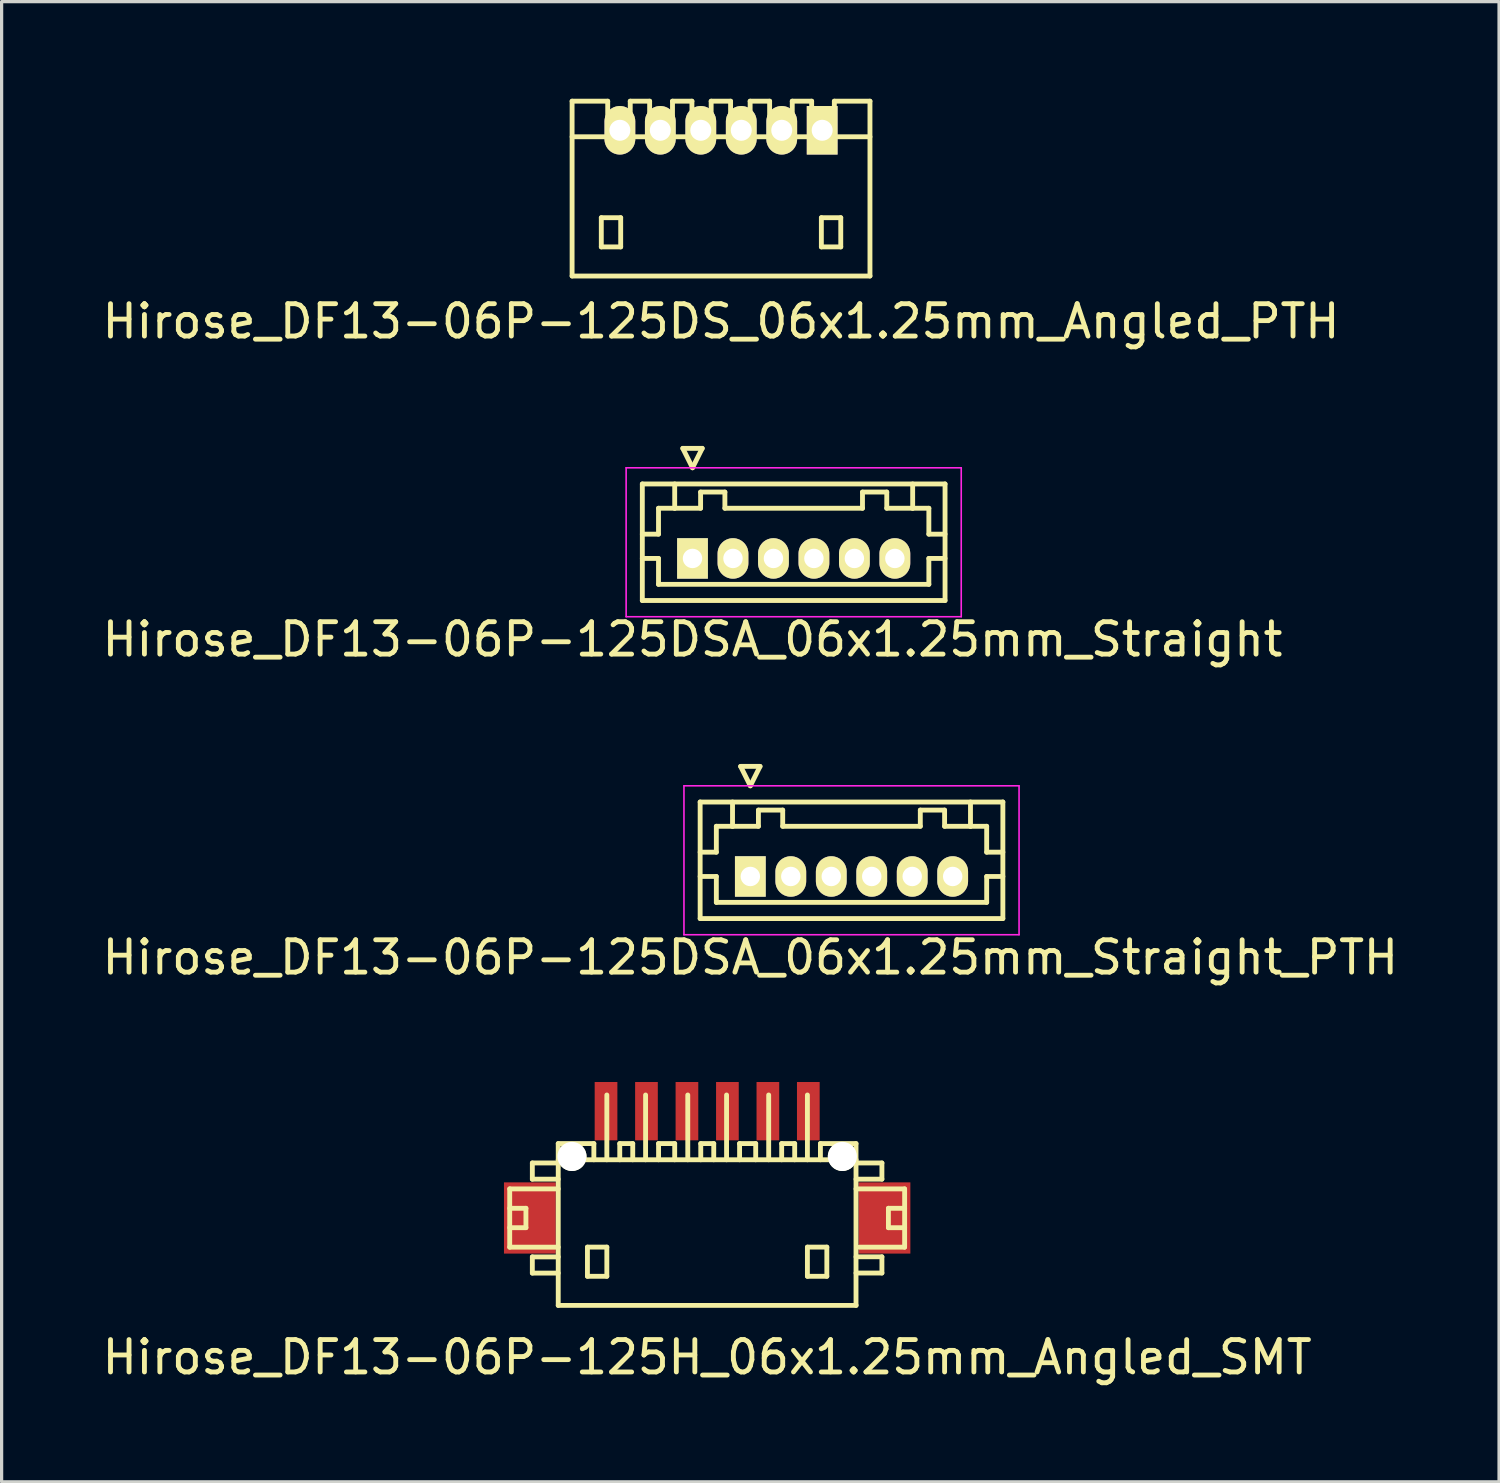
<source format=kicad_pcb>
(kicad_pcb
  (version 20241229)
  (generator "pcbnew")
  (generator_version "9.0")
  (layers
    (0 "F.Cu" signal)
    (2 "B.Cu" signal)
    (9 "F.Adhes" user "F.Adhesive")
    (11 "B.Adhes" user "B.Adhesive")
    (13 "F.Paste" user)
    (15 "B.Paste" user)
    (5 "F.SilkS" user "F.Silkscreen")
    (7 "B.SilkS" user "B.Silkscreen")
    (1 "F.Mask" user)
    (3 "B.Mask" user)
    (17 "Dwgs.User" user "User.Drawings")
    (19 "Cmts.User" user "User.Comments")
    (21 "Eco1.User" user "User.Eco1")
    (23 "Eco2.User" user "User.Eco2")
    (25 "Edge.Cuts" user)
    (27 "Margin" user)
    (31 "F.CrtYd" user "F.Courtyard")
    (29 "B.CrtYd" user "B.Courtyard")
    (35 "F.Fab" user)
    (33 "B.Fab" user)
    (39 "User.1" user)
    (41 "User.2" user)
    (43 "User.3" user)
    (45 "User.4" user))
  (footprint "Hirose_DF13-06P-125H_06x1.25mm_Angled_SMT"
    (layer "F.Cu")
    (at 18.792 34.77)
    (property "Reference" "Hirose_DF13-06P-125H_06x1.25mm_Angled_SMT" (at 0 4.1 0) (layer "F.SilkS") (effects (font (size 1 1) (thickness 0.15))))
    (attr smd)
    (fp_line (start -6.099 -1.1) (end -6.099 0.701) (stroke (width 0.15) (type solid)) (layer "F.SilkS"))
    (fp_line (start -6.099 0.701) (end -4.6 0.701) (stroke (width 0.15) (type solid)) (layer "F.SilkS"))
    (fp_line (start -5.598 -0.5) (end -6.099 -0.5) (stroke (width 0.15) (type solid)) (layer "F.SilkS"))
    (fp_line (start -5.598 0.099) (end -6.099 0.099) (stroke (width 0.15) (type solid)) (layer "F.SilkS"))
    (fp_line (start -5.598 0.099) (end -5.598 -0.5) (stroke (width 0.15) (type solid)) (layer "F.SilkS"))
    (fp_line (start -5.4 -1.9) (end -5.4 -1.4) (stroke (width 0.15) (type solid)) (layer "F.SilkS"))
    (fp_line (start -5.4 -1.9) (end -4.6 -1.9) (stroke (width 0.15) (type solid)) (layer "F.SilkS"))
    (fp_line (start -5.4 1.001) (end -5.4 1.501) (stroke (width 0.15) (type solid)) (layer "F.SilkS"))
    (fp_line (start -5.4 1.501) (end -4.6 1.501) (stroke (width 0.15) (type solid)) (layer "F.SilkS"))
    (fp_line (start -4.6 -1.4) (end -5.4 -1.4) (stroke (width 0.15) (type solid)) (layer "F.SilkS"))
    (fp_line (start -4.6 -1.1) (end -6.099 -1.1) (stroke (width 0.15) (type solid)) (layer "F.SilkS"))
    (fp_line (start -4.6 1.001) (end -5.4 1.001) (stroke (width 0.15) (type solid)) (layer "F.SilkS"))
    (fp_line (start -4.6 2.499) (end -4.6 -2.499) (stroke (width 0.15) (type solid)) (layer "F.SilkS"))
    (fp_line (start -4.6 2.499) (end 4.6 2.499) (stroke (width 0.15) (type solid)) (layer "F.SilkS"))
    (fp_line (start -3.698 0.699) (end -3.698 1.6) (stroke (width 0.15) (type solid)) (layer "F.SilkS"))
    (fp_line (start -3.698 1.6) (end -3.099 1.6) (stroke (width 0.15) (type solid)) (layer "F.SilkS"))
    (fp_line (start -3.5 -2.499) (end -4.6 -2.499) (stroke (width 0.15) (type solid)) (layer "F.SilkS"))
    (fp_line (start -3.5 -2.499) (end -3.5 -1.999) (stroke (width 0.15) (type solid)) (layer "F.SilkS"))
    (fp_line (start -3.099 -4) (end -3.099 -1.999) (stroke (width 0.15) (type solid)) (layer "F.SilkS"))
    (fp_line (start -3.099 0.699) (end -3.698 0.699) (stroke (width 0.15) (type solid)) (layer "F.SilkS"))
    (fp_line (start -3.099 1.6) (end -3.099 0.699) (stroke (width 0.15) (type solid)) (layer "F.SilkS"))
    (fp_line (start -2.7 -2.499) (end -2.7 -1.999) (stroke (width 0.15) (type solid)) (layer "F.SilkS"))
    (fp_line (start -2.299 -2.499) (end -2.7 -2.499) (stroke (width 0.15) (type solid)) (layer "F.SilkS"))
    (fp_line (start -2.299 -2.499) (end -2.299 -1.999) (stroke (width 0.15) (type solid)) (layer "F.SilkS"))
    (fp_line (start -1.902 -1.999) (end -1.902 -4) (stroke (width 0.15) (type solid)) (layer "F.SilkS"))
    (fp_line (start -1.504 -2.499) (end -1.003 -2.499) (stroke (width 0.15) (type solid)) (layer "F.SilkS"))
    (fp_line (start -1.501 -1.999) (end -1.501 -2.499) (stroke (width 0.15) (type solid)) (layer "F.SilkS"))
    (fp_line (start -1.003 -2.499) (end -1.003 -1.999) (stroke (width 0.15) (type solid)) (layer "F.SilkS"))
    (fp_line (start -0.599 -1.999) (end -0.599 -4) (stroke (width 0.15) (type solid)) (layer "F.SilkS"))
    (fp_line (start -0.198 -2.499) (end -0.198 -1.999) (stroke (width 0.15) (type solid)) (layer "F.SilkS"))
    (fp_line (start 0.203 -2.499) (end -0.198 -2.499) (stroke (width 0.15) (type solid)) (layer "F.SilkS"))
    (fp_line (start 0.203 -2.499) (end 0.203 -1.999) (stroke (width 0.15) (type solid)) (layer "F.SilkS"))
    (fp_line (start 0.599 -1.999) (end 0.599 -4) (stroke (width 0.15) (type solid)) (layer "F.SilkS"))
    (fp_line (start 0.998 -2.499) (end 1.499 -2.499) (stroke (width 0.15) (type solid)) (layer "F.SilkS"))
    (fp_line (start 1.001 -1.999) (end 1.001 -2.499) (stroke (width 0.15) (type solid)) (layer "F.SilkS"))
    (fp_line (start 1.499 -2.499) (end 1.499 -1.999) (stroke (width 0.15) (type solid)) (layer "F.SilkS"))
    (fp_line (start 1.9 -1.999) (end 1.9 -4) (stroke (width 0.15) (type solid)) (layer "F.SilkS"))
    (fp_line (start 2.301 -2.499) (end 2.301 -1.999) (stroke (width 0.15) (type solid)) (layer "F.SilkS"))
    (fp_line (start 2.703 -2.499) (end 2.301 -2.499) (stroke (width 0.15) (type solid)) (layer "F.SilkS"))
    (fp_line (start 2.703 -2.499) (end 2.703 -1.999) (stroke (width 0.15) (type solid)) (layer "F.SilkS"))
    (fp_line (start 3.096 -1.999) (end 3.096 -4) (stroke (width 0.15) (type solid)) (layer "F.SilkS"))
    (fp_line (start 3.096 0.699) (end 3.696 0.699) (stroke (width 0.15) (type solid)) (layer "F.SilkS"))
    (fp_line (start 3.096 1.6) (end 3.096 0.699) (stroke (width 0.15) (type solid)) (layer "F.SilkS"))
    (fp_line (start 3.498 -2.499) (end 3.498 -1.999) (stroke (width 0.15) (type solid)) (layer "F.SilkS"))
    (fp_line (start 3.696 0.699) (end 3.696 1.6) (stroke (width 0.15) (type solid)) (layer "F.SilkS"))
    (fp_line (start 3.696 1.6) (end 3.096 1.6) (stroke (width 0.15) (type solid)) (layer "F.SilkS"))
    (fp_line (start 4.597 -2.499) (end 3.498 -2.499) (stroke (width 0.15) (type solid)) (layer "F.SilkS"))
    (fp_line (start 4.597 -2.499) (end 4.597 2.499) (stroke (width 0.15) (type solid)) (layer "F.SilkS"))
    (fp_line (start 4.597 -1.9) (end 5.397 -1.9) (stroke (width 0.15) (type solid)) (layer "F.SilkS"))
    (fp_line (start 4.597 0.998) (end 5.397 0.998) (stroke (width 0.15) (type solid)) (layer "F.SilkS"))
    (fp_line (start 4.6 -1.999) (end -4.6 -1.999) (stroke (width 0.15) (type solid)) (layer "F.SilkS"))
    (fp_line (start 5.397 -1.9) (end 5.397 -1.4) (stroke (width 0.15) (type solid)) (layer "F.SilkS"))
    (fp_line (start 5.397 -1.4) (end 4.597 -1.4) (stroke (width 0.15) (type solid)) (layer "F.SilkS"))
    (fp_line (start 5.397 0.998) (end 5.397 1.499) (stroke (width 0.15) (type solid)) (layer "F.SilkS"))
    (fp_line (start 5.397 1.499) (end 4.597 1.499) (stroke (width 0.15) (type solid)) (layer "F.SilkS"))
    (fp_line (start 5.598 0.099) (end 5.598 -0.5) (stroke (width 0.15) (type solid)) (layer "F.SilkS"))
    (fp_line (start 6.096 -1.1) (end 4.597 -1.1) (stroke (width 0.15) (type solid)) (layer "F.SilkS"))
    (fp_line (start 6.096 0.701) (end 4.696 0.701) (stroke (width 0.15) (type solid)) (layer "F.SilkS"))
    (fp_line (start 6.099 -1.1) (end 6.099 0.701) (stroke (width 0.15) (type solid)) (layer "F.SilkS"))
    (fp_line (start 6.099 -0.5) (end 5.598 -0.5) (stroke (width 0.15) (type solid)) (layer "F.SilkS"))
    (fp_line (start 6.099 0.099) (end 5.598 0.099) (stroke (width 0.15) (type solid)) (layer "F.SilkS"))
    (pad "" smd rect (at -5.476 -0.201) (size 1.6 2.2) (layers "F.Cu" "F.Mask" "F.Paste"))
    (pad "" np_thru_hole circle (at -4.176 -2.101) (size 0.899 0.899) (drill 0.899) (layers "*.Cu" "*.Mask" "F.SilkS"))
    (pad "" np_thru_hole circle (at 4.176 -2.101) (size 0.899 0.899) (drill 0.899) (layers "*.Cu" "*.Mask" "F.SilkS"))
    (pad "" smd rect (at 5.476 -0.201) (size 1.6 2.2) (layers "F.Cu" "F.Mask" "F.Paste"))
    (pad "1" smd rect (at 3.124 -3.5) (size 0.701 1.801) (layers "F.Cu" "F.Mask" "F.Paste"))
    (pad "2" smd rect (at 1.875 -3.5) (size 0.701 1.801) (layers "F.Cu" "F.Mask" "F.Paste"))
    (pad "3" smd rect (at 0.625 -3.5) (size 0.701 1.801) (layers "F.Cu" "F.Mask" "F.Paste"))
    (pad "4" smd rect (at -0.625 -3.5) (size 0.701 1.801) (layers "F.Cu" "F.Mask" "F.Paste"))
    (pad "5" smd rect (at -1.875 -3.5) (size 0.701 1.801) (layers "F.Cu" "F.Mask" "F.Paste"))
    (pad "6" smd rect (at -3.124 -3.5) (size 0.701 1.801) (layers "F.Cu" "F.Mask" "F.Paste")))
  (footprint "Hirose_DF13-06P-125DSA_06x1.25mm_Straight_PTH"
    (layer "F.Cu")
    (at 20.125 24.021)
    (property "Reference" "Hirose_DF13-06P-125DSA_06x1.25mm_Straight_PTH" (at 0 2.5 0) (layer "F.SilkS") (effects (font (size 1 1) (thickness 0.15))))
    (attr through_hole)
    (fp_line (start -1.55 -2.3) (end -1.55 1.3) (stroke (width 0.15) (type solid)) (layer "F.SilkS"))
    (fp_line (start -1.55 -0.75) (end -1.05 -0.75) (stroke (width 0.15) (type solid)) (layer "F.SilkS"))
    (fp_line (start -1.55 0) (end -1.05 0) (stroke (width 0.15) (type solid)) (layer "F.SilkS"))
    (fp_line (start -1.55 1.3) (end 7.8 1.3) (stroke (width 0.15) (type solid)) (layer "F.SilkS"))
    (fp_line (start -1.05 -1.55) (end -0.55 -1.55) (stroke (width 0.15) (type solid)) (layer "F.SilkS"))
    (fp_line (start -1.05 -0.75) (end -1.05 -1.55) (stroke (width 0.15) (type solid)) (layer "F.SilkS"))
    (fp_line (start -1.05 0) (end -1.05 0.8) (stroke (width 0.15) (type solid)) (layer "F.SilkS"))
    (fp_line (start -1.05 0.8) (end 7.3 0.8) (stroke (width 0.15) (type solid)) (layer "F.SilkS"))
    (fp_line (start -0.55 -1.55) (end -0.55 -2.3) (stroke (width 0.15) (type solid)) (layer "F.SilkS"))
    (fp_line (start -0.55 -1.55) (end 0.25 -1.55) (stroke (width 0.15) (type solid)) (layer "F.SilkS"))
    (fp_line (start -0.3 -3.4) (end 0.3 -3.4) (stroke (width 0.15) (type solid)) (layer "F.SilkS"))
    (fp_line (start 0 -2.8) (end -0.3 -3.4) (stroke (width 0.15) (type solid)) (layer "F.SilkS"))
    (fp_line (start 0.25 -2.05) (end 1 -2.05) (stroke (width 0.15) (type solid)) (layer "F.SilkS"))
    (fp_line (start 0.25 -1.55) (end 0.25 -2.05) (stroke (width 0.15) (type solid)) (layer "F.SilkS"))
    (fp_line (start 0.3 -3.4) (end 0 -2.8) (stroke (width 0.15) (type solid)) (layer "F.SilkS"))
    (fp_line (start 1 -2.05) (end 1 -1.55) (stroke (width 0.15) (type solid)) (layer "F.SilkS"))
    (fp_line (start 1 -1.55) (end 5.25 -1.55) (stroke (width 0.15) (type solid)) (layer "F.SilkS"))
    (fp_line (start 5.25 -2.05) (end 6 -2.05) (stroke (width 0.15) (type solid)) (layer "F.SilkS"))
    (fp_line (start 5.25 -1.55) (end 5.25 -2.05) (stroke (width 0.15) (type solid)) (layer "F.SilkS"))
    (fp_line (start 6 -2.05) (end 6 -1.55) (stroke (width 0.15) (type solid)) (layer "F.SilkS"))
    (fp_line (start 6 -1.55) (end 6.8 -1.55) (stroke (width 0.15) (type solid)) (layer "F.SilkS"))
    (fp_line (start 6.8 -1.55) (end 6.8 -2.3) (stroke (width 0.15) (type solid)) (layer "F.SilkS"))
    (fp_line (start 7.3 -1.55) (end 6.8 -1.55) (stroke (width 0.15) (type solid)) (layer "F.SilkS"))
    (fp_line (start 7.3 -0.75) (end 7.3 -1.55) (stroke (width 0.15) (type solid)) (layer "F.SilkS"))
    (fp_line (start 7.3 0) (end 7.8 0) (stroke (width 0.15) (type solid)) (layer "F.SilkS"))
    (fp_line (start 7.3 0.8) (end 7.3 0) (stroke (width 0.15) (type solid)) (layer "F.SilkS"))
    (fp_line (start 7.8 -2.3) (end -1.55 -2.3) (stroke (width 0.15) (type solid)) (layer "F.SilkS"))
    (fp_line (start 7.8 -0.75) (end 7.3 -0.75) (stroke (width 0.15) (type solid)) (layer "F.SilkS"))
    (fp_line (start 7.8 1.3) (end 7.8 -2.3) (stroke (width 0.15) (type solid)) (layer "F.SilkS"))
    (fp_line (start -2.05 -2.8) (end -2.05 1.8) (stroke (width 0.05) (type solid)) (layer "F.CrtYd"))
    (fp_line (start -2.05 1.8) (end 8.3 1.8) (stroke (width 0.05) (type solid)) (layer "F.CrtYd"))
    (fp_line (start 8.3 -2.8) (end -2.05 -2.8) (stroke (width 0.05) (type solid)) (layer "F.CrtYd"))
    (fp_line (start 8.3 1.8) (end 8.3 -2.8) (stroke (width 0.05) (type solid)) (layer "F.CrtYd"))
    (pad "1" thru_hole rect (at 0 0) (size 0.95 1.25) (drill 0.6) (layers "*.Cu" "*.Mask" "F.SilkS"))
    (pad "2" thru_hole oval (at 1.25 0) (size 0.95 1.25) (drill 0.6) (layers "*.Cu" "*.Mask" "F.SilkS"))
    (pad "3" thru_hole oval (at 2.5 0) (size 0.95 1.25) (drill 0.6) (layers "*.Cu" "*.Mask" "F.SilkS"))
    (pad "4" thru_hole oval (at 3.75 0) (size 0.95 1.25) (drill 0.6) (layers "*.Cu" "*.Mask" "F.SilkS"))
    (pad "5" thru_hole oval (at 5 0) (size 0.95 1.25) (drill 0.6) (layers "*.Cu" "*.Mask" "F.SilkS"))
    (pad "6" thru_hole oval (at 6.25 0) (size 0.95 1.25) (drill 0.6) (layers "*.Cu" "*.Mask" "F.SilkS")))
  (footprint "Hirose_DF13-06P-125DS_06x1.25mm_Angled_PTH"
    (layer "F.Cu")
    (at 19.22 2.775)
    (property "Reference" "Hirose_DF13-06P-125DS_06x1.25mm_Angled_PTH" (at 0 4.1 0) (layer "F.SilkS") (effects (font (size 1 1) (thickness 0.15))))
    (attr through_hole)
    (fp_line (start -4.6 2.7) (end -4.6 -2.7) (stroke (width 0.15) (type solid)) (layer "F.SilkS"))
    (fp_line (start -4.6 2.7) (end 4.6 2.7) (stroke (width 0.15) (type solid)) (layer "F.SilkS"))
    (fp_line (start -3.698 0.899) (end -3.698 1.801) (stroke (width 0.15) (type solid)) (layer "F.SilkS"))
    (fp_line (start -3.698 1.801) (end -3.099 1.801) (stroke (width 0.15) (type solid)) (layer "F.SilkS"))
    (fp_line (start -3.5 -2.7) (end -4.6 -2.7) (stroke (width 0.15) (type solid)) (layer "F.SilkS"))
    (fp_line (start -3.5 -1.6) (end -3.5 -2.7) (stroke (width 0.15) (type solid)) (layer "F.SilkS"))
    (fp_line (start -3.099 0.899) (end -3.698 0.899) (stroke (width 0.15) (type solid)) (layer "F.SilkS"))
    (fp_line (start -3.099 1.801) (end -3.099 0.899) (stroke (width 0.15) (type solid)) (layer "F.SilkS"))
    (fp_line (start -2.804 -1.6) (end -2.804 -2.7) (stroke (width 0.15) (type solid)) (layer "F.SilkS"))
    (fp_line (start -2.205 -2.7) (end -2.804 -2.7) (stroke (width 0.15) (type solid)) (layer "F.SilkS"))
    (fp_line (start -2.205 -1.6) (end -2.205 -2.7) (stroke (width 0.15) (type solid)) (layer "F.SilkS"))
    (fp_line (start -1.499 -2.7) (end -0.899 -2.7) (stroke (width 0.15) (type solid)) (layer "F.SilkS"))
    (fp_line (start -1.499 -1.6) (end -1.499 -2.7) (stroke (width 0.15) (type solid)) (layer "F.SilkS"))
    (fp_line (start -0.899 -2.7) (end -0.899 -1.6) (stroke (width 0.15) (type solid)) (layer "F.SilkS"))
    (fp_line (start -0.305 -2.7) (end 0.295 -2.7) (stroke (width 0.15) (type solid)) (layer "F.SilkS"))
    (fp_line (start -0.305 -1.6) (end -0.305 -2.7) (stroke (width 0.15) (type solid)) (layer "F.SilkS"))
    (fp_line (start 0.295 -2.7) (end 0.295 -1.6) (stroke (width 0.15) (type solid)) (layer "F.SilkS"))
    (fp_line (start 0.899 -2.7) (end 1.501 -2.7) (stroke (width 0.15) (type solid)) (layer "F.SilkS"))
    (fp_line (start 0.899 -1.6) (end 0.899 -2.7) (stroke (width 0.15) (type solid)) (layer "F.SilkS"))
    (fp_line (start 1.501 -2.7) (end 1.501 -1.6) (stroke (width 0.15) (type solid)) (layer "F.SilkS"))
    (fp_line (start 2.2 -2.7) (end 2.799 -2.7) (stroke (width 0.15) (type solid)) (layer "F.SilkS"))
    (fp_line (start 2.2 -1.6) (end 2.2 -2.7) (stroke (width 0.15) (type solid)) (layer "F.SilkS"))
    (fp_line (start 2.799 -2.7) (end 2.799 -1.6) (stroke (width 0.15) (type solid)) (layer "F.SilkS"))
    (fp_line (start 3.099 0.899) (end 3.698 0.899) (stroke (width 0.15) (type solid)) (layer "F.SilkS"))
    (fp_line (start 3.099 1.801) (end 3.099 0.899) (stroke (width 0.15) (type solid)) (layer "F.SilkS"))
    (fp_line (start 3.5 -1.6) (end 3.5 -2.7) (stroke (width 0.15) (type solid)) (layer "F.SilkS"))
    (fp_line (start 3.698 0.899) (end 3.698 1.801) (stroke (width 0.15) (type solid)) (layer "F.SilkS"))
    (fp_line (start 3.698 1.801) (end 3.099 1.801) (stroke (width 0.15) (type solid)) (layer "F.SilkS"))
    (fp_line (start 4.6 -2.7) (end 3.5 -2.7) (stroke (width 0.15) (type solid)) (layer "F.SilkS"))
    (fp_line (start 4.6 -1.6) (end -4.6 -1.6) (stroke (width 0.15) (type solid)) (layer "F.SilkS"))
    (fp_line (start 4.6 2.7) (end 4.6 -2.7) (stroke (width 0.15) (type solid)) (layer "F.SilkS"))
    (pad "1" thru_hole rect (at 3.124 -1.801) (size 0.95 1.499) (drill 0.648) (layers "*.Cu" "*.Mask" "F.SilkS"))
    (pad "2" thru_hole oval (at 1.875 -1.801) (size 0.95 1.499) (drill 0.648) (layers "*.Cu" "*.Mask" "F.SilkS"))
    (pad "3" thru_hole oval (at 0.625 -1.801) (size 0.95 1.499) (drill 0.648) (layers "*.Cu" "*.Mask" "F.SilkS"))
    (pad "4" thru_hole oval (at -0.625 -1.801) (size 0.95 1.499) (drill 0.648) (layers "*.Cu" "*.Mask" "F.SilkS"))
    (pad "5" thru_hole oval (at -1.875 -1.801) (size 0.95 1.499) (drill 0.648) (layers "*.Cu" "*.Mask" "F.SilkS"))
    (pad "6" thru_hole oval (at -3.124 -1.801) (size 0.95 1.499) (drill 0.648) (layers "*.Cu" "*.Mask" "F.SilkS")))
  (footprint "Hirose_DF13-06P-125DSA_06x1.25mm_Straight"
    (layer "F.Cu")
    (at 18.339 14.198)
    (property "Reference" "Hirose_DF13-06P-125DSA_06x1.25mm_Straight" (at 0 2.5 0) (layer "F.SilkS") (effects (font (size 1 1) (thickness 0.15))))
    (attr through_hole)
    (fp_line (start -1.55 -2.3) (end -1.55 1.3) (stroke (width 0.15) (type solid)) (layer "F.SilkS"))
    (fp_line (start -1.55 -0.75) (end -1.05 -0.75) (stroke (width 0.15) (type solid)) (layer "F.SilkS"))
    (fp_line (start -1.55 0) (end -1.05 0) (stroke (width 0.15) (type solid)) (layer "F.SilkS"))
    (fp_line (start -1.55 1.3) (end 7.8 1.3) (stroke (width 0.15) (type solid)) (layer "F.SilkS"))
    (fp_line (start -1.05 -1.55) (end -0.55 -1.55) (stroke (width 0.15) (type solid)) (layer "F.SilkS"))
    (fp_line (start -1.05 -0.75) (end -1.05 -1.55) (stroke (width 0.15) (type solid)) (layer "F.SilkS"))
    (fp_line (start -1.05 0) (end -1.05 0.8) (stroke (width 0.15) (type solid)) (layer "F.SilkS"))
    (fp_line (start -1.05 0.8) (end 7.3 0.8) (stroke (width 0.15) (type solid)) (layer "F.SilkS"))
    (fp_line (start -0.55 -1.55) (end -0.55 -2.3) (stroke (width 0.15) (type solid)) (layer "F.SilkS"))
    (fp_line (start -0.55 -1.55) (end 0.25 -1.55) (stroke (width 0.15) (type solid)) (layer "F.SilkS"))
    (fp_line (start -0.3 -3.4) (end 0.3 -3.4) (stroke (width 0.15) (type solid)) (layer "F.SilkS"))
    (fp_line (start 0 -2.8) (end -0.3 -3.4) (stroke (width 0.15) (type solid)) (layer "F.SilkS"))
    (fp_line (start 0.25 -2.05) (end 1 -2.05) (stroke (width 0.15) (type solid)) (layer "F.SilkS"))
    (fp_line (start 0.25 -1.55) (end 0.25 -2.05) (stroke (width 0.15) (type solid)) (layer "F.SilkS"))
    (fp_line (start 0.3 -3.4) (end 0 -2.8) (stroke (width 0.15) (type solid)) (layer "F.SilkS"))
    (fp_line (start 1 -2.05) (end 1 -1.55) (stroke (width 0.15) (type solid)) (layer "F.SilkS"))
    (fp_line (start 1 -1.55) (end 5.25 -1.55) (stroke (width 0.15) (type solid)) (layer "F.SilkS"))
    (fp_line (start 5.25 -2.05) (end 6 -2.05) (stroke (width 0.15) (type solid)) (layer "F.SilkS"))
    (fp_line (start 5.25 -1.55) (end 5.25 -2.05) (stroke (width 0.15) (type solid)) (layer "F.SilkS"))
    (fp_line (start 6 -2.05) (end 6 -1.55) (stroke (width 0.15) (type solid)) (layer "F.SilkS"))
    (fp_line (start 6 -1.55) (end 6.8 -1.55) (stroke (width 0.15) (type solid)) (layer "F.SilkS"))
    (fp_line (start 6.8 -1.55) (end 6.8 -2.3) (stroke (width 0.15) (type solid)) (layer "F.SilkS"))
    (fp_line (start 7.3 -1.55) (end 6.8 -1.55) (stroke (width 0.15) (type solid)) (layer "F.SilkS"))
    (fp_line (start 7.3 -0.75) (end 7.3 -1.55) (stroke (width 0.15) (type solid)) (layer "F.SilkS"))
    (fp_line (start 7.3 0) (end 7.8 0) (stroke (width 0.15) (type solid)) (layer "F.SilkS"))
    (fp_line (start 7.3 0.8) (end 7.3 0) (stroke (width 0.15) (type solid)) (layer "F.SilkS"))
    (fp_line (start 7.8 -2.3) (end -1.55 -2.3) (stroke (width 0.15) (type solid)) (layer "F.SilkS"))
    (fp_line (start 7.8 -0.75) (end 7.3 -0.75) (stroke (width 0.15) (type solid)) (layer "F.SilkS"))
    (fp_line (start 7.8 1.3) (end 7.8 -2.3) (stroke (width 0.15) (type solid)) (layer "F.SilkS"))
    (fp_line (start -2.05 -2.8) (end -2.05 1.8) (stroke (width 0.05) (type solid)) (layer "F.CrtYd"))
    (fp_line (start -2.05 1.8) (end 8.3 1.8) (stroke (width 0.05) (type solid)) (layer "F.CrtYd"))
    (fp_line (start 8.3 -2.8) (end -2.05 -2.8) (stroke (width 0.05) (type solid)) (layer "F.CrtYd"))
    (fp_line (start 8.3 1.8) (end 8.3 -2.8) (stroke (width 0.05) (type solid)) (layer "F.CrtYd"))
    (pad "1" thru_hole rect (at 0 0) (size 0.95 1.25) (drill 0.6) (layers "*.Cu" "*.Mask" "F.SilkS"))
    (pad "2" thru_hole oval (at 1.25 0) (size 0.95 1.25) (drill 0.6) (layers "*.Cu" "*.Mask" "F.SilkS"))
    (pad "3" thru_hole oval (at 2.5 0) (size 0.95 1.25) (drill 0.6) (layers "*.Cu" "*.Mask" "F.SilkS"))
    (pad "4" thru_hole oval (at 3.75 0) (size 0.95 1.25) (drill 0.6) (layers "*.Cu" "*.Mask" "F.SilkS"))
    (pad "5" thru_hole oval (at 5 0) (size 0.95 1.25) (drill 0.6) (layers "*.Cu" "*.Mask" "F.SilkS"))
    (pad "6" thru_hole oval (at 6.25 0) (size 0.95 1.25) (drill 0.6) (layers "*.Cu" "*.Mask" "F.SilkS")))
  (gr_rect
    (start -3 -3)
    (end 43.25 42.718)
    (stroke (width 0.1) (type default))
    (fill no)
    (layer "Edge.Cuts")))
</source>
